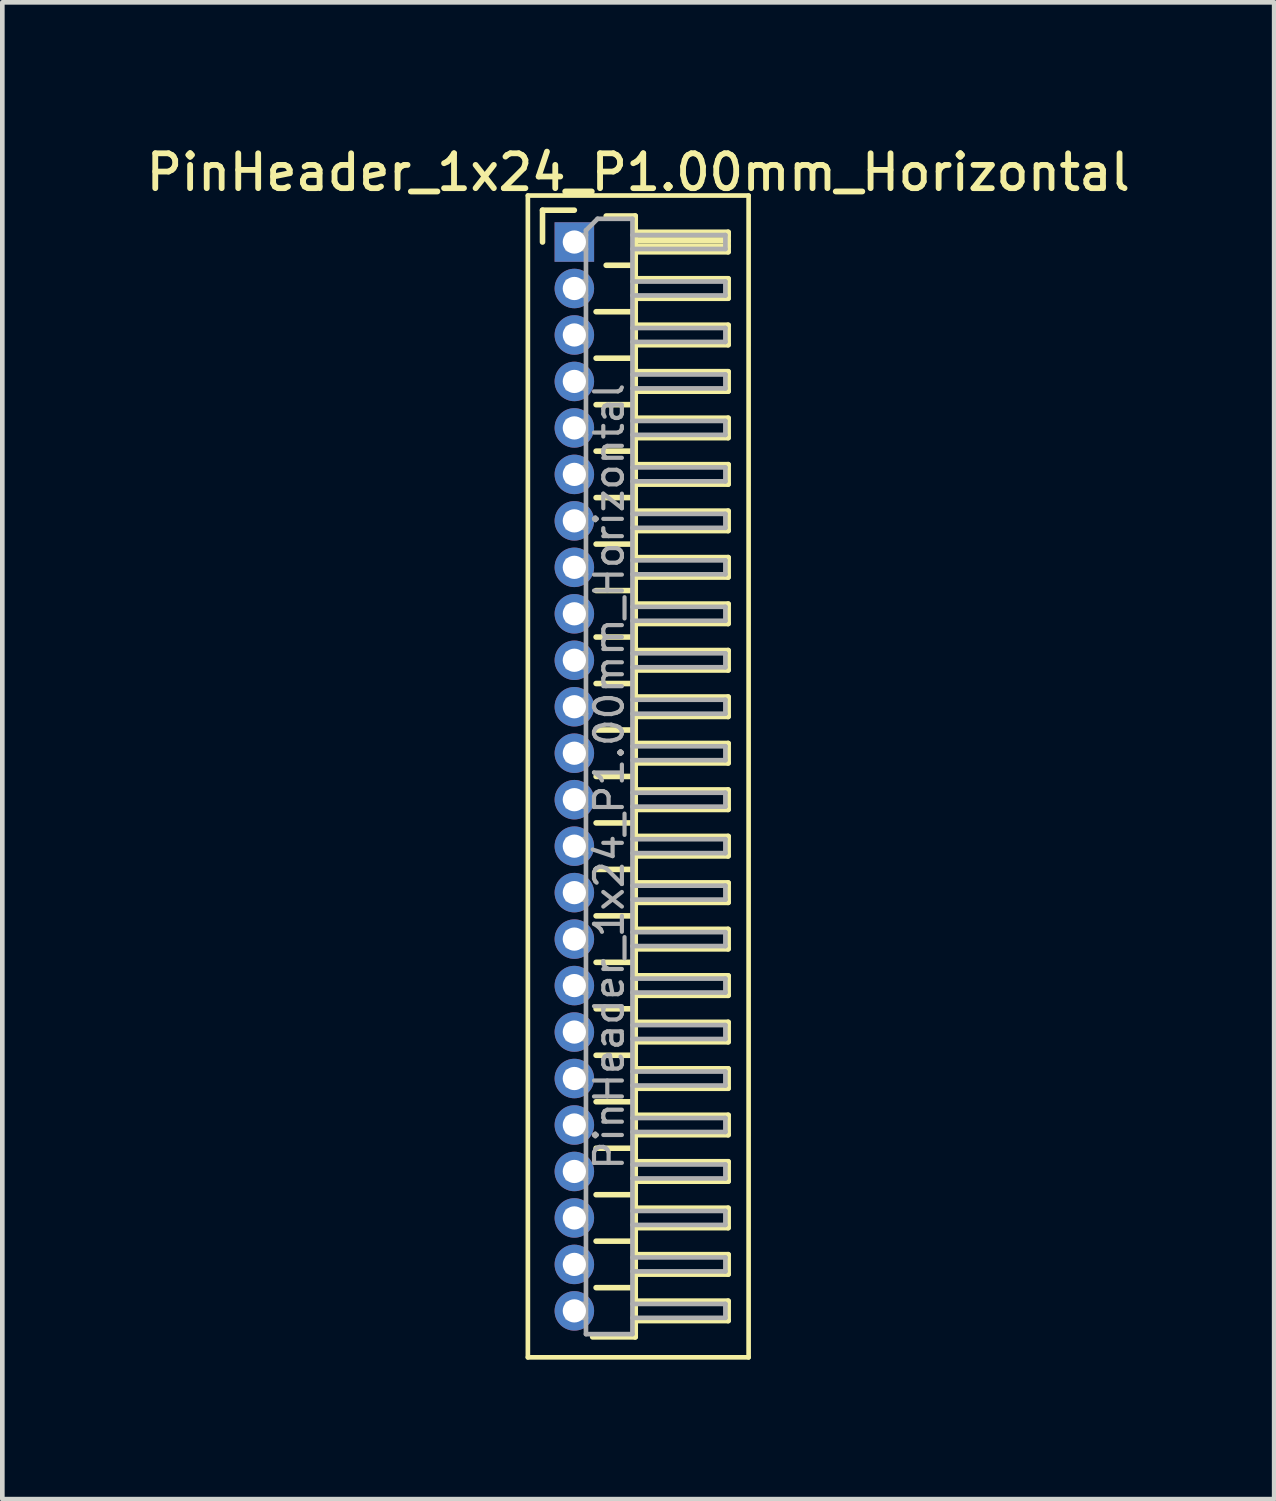
<source format=kicad_pcb>
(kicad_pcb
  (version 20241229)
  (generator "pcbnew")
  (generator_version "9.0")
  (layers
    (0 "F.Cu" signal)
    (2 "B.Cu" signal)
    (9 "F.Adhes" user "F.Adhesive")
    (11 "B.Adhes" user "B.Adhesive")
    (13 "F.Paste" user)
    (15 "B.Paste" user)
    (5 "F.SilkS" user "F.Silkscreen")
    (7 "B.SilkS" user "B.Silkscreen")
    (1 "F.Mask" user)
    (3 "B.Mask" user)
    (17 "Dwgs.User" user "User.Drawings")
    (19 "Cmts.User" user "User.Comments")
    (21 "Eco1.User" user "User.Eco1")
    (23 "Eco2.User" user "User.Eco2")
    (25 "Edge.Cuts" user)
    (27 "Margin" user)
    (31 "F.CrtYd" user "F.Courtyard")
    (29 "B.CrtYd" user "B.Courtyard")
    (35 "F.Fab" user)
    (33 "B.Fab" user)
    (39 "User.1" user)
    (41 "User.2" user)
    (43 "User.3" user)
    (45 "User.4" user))
  (footprint "PinHeader_1x24_P1.00mm_Horizontal"
    (layer "F.Cu")
    (at 9.309 2.158)
    (property "Reference" "PinHeader_1x24_P1.00mm_Horizontal" (at 1.375 -1.5 0) (layer "F.SilkS") (effects (font (size 0.75 0.75) (thickness 0.125))))
    (attr through_hole)
    (fp_line (start -1 -1) (end -1 24) (stroke (width 0.1) (type solid)) (layer "F.SilkS"))
    (fp_line (start -1 24) (end 3.75 24) (stroke (width 0.1) (type solid)) (layer "F.SilkS"))
    (fp_line (start -0.685 -0.685) (end 0 -0.685) (stroke (width 0.12) (type solid)) (layer "F.SilkS"))
    (fp_line (start -0.685 0) (end -0.685 -0.685) (stroke (width 0.12) (type solid)) (layer "F.SilkS"))
    (fp_line (start 0.468 1.5) (end 1.31 1.5) (stroke (width 0.12) (type solid)) (layer "F.SilkS"))
    (fp_line (start 0.468 2.5) (end 1.31 2.5) (stroke (width 0.12) (type solid)) (layer "F.SilkS"))
    (fp_line (start 0.468 3.5) (end 1.31 3.5) (stroke (width 0.12) (type solid)) (layer "F.SilkS"))
    (fp_line (start 0.468 4.5) (end 1.31 4.5) (stroke (width 0.12) (type solid)) (layer "F.SilkS"))
    (fp_line (start 0.468 5.5) (end 1.31 5.5) (stroke (width 0.12) (type solid)) (layer "F.SilkS"))
    (fp_line (start 0.468 6.5) (end 1.31 6.5) (stroke (width 0.12) (type solid)) (layer "F.SilkS"))
    (fp_line (start 0.468 7.5) (end 1.31 7.5) (stroke (width 0.12) (type solid)) (layer "F.SilkS"))
    (fp_line (start 0.468 8.5) (end 1.31 8.5) (stroke (width 0.12) (type solid)) (layer "F.SilkS"))
    (fp_line (start 0.468 9.5) (end 1.31 9.5) (stroke (width 0.12) (type solid)) (layer "F.SilkS"))
    (fp_line (start 0.468 10.5) (end 1.31 10.5) (stroke (width 0.12) (type solid)) (layer "F.SilkS"))
    (fp_line (start 0.468 11.5) (end 1.31 11.5) (stroke (width 0.12) (type solid)) (layer "F.SilkS"))
    (fp_line (start 0.468 12.5) (end 1.31 12.5) (stroke (width 0.12) (type solid)) (layer "F.SilkS"))
    (fp_line (start 0.468 13.5) (end 1.31 13.5) (stroke (width 0.12) (type solid)) (layer "F.SilkS"))
    (fp_line (start 0.468 14.5) (end 1.31 14.5) (stroke (width 0.12) (type solid)) (layer "F.SilkS"))
    (fp_line (start 0.468 15.5) (end 1.31 15.5) (stroke (width 0.12) (type solid)) (layer "F.SilkS"))
    (fp_line (start 0.468 16.5) (end 1.31 16.5) (stroke (width 0.12) (type solid)) (layer "F.SilkS"))
    (fp_line (start 0.468 17.5) (end 1.31 17.5) (stroke (width 0.12) (type solid)) (layer "F.SilkS"))
    (fp_line (start 0.468 18.5) (end 1.31 18.5) (stroke (width 0.12) (type solid)) (layer "F.SilkS"))
    (fp_line (start 0.468 19.5) (end 1.31 19.5) (stroke (width 0.12) (type solid)) (layer "F.SilkS"))
    (fp_line (start 0.468 20.5) (end 1.31 20.5) (stroke (width 0.12) (type solid)) (layer "F.SilkS"))
    (fp_line (start 0.468 21.5) (end 1.31 21.5) (stroke (width 0.12) (type solid)) (layer "F.SilkS"))
    (fp_line (start 0.468 22.5) (end 1.31 22.5) (stroke (width 0.12) (type solid)) (layer "F.SilkS"))
    (fp_line (start 0.685 -0.56) (end 1.31 -0.56) (stroke (width 0.12) (type solid)) (layer "F.SilkS"))
    (fp_line (start 0.685 0.5) (end 1.31 0.5) (stroke (width 0.12) (type solid)) (layer "F.SilkS"))
    (fp_line (start 1.31 -0.56) (end 1.31 23.56) (stroke (width 0.12) (type solid)) (layer "F.SilkS"))
    (fp_line (start 1.31 -0.21) (end 3.31 -0.21) (stroke (width 0.12) (type solid)) (layer "F.SilkS"))
    (fp_line (start 1.31 -0.15) (end 3.31 -0.15) (stroke (width 0.12) (type solid)) (layer "F.SilkS"))
    (fp_line (start 1.31 -0.03) (end 3.31 -0.03) (stroke (width 0.12) (type solid)) (layer "F.SilkS"))
    (fp_line (start 1.31 0.09) (end 3.31 0.09) (stroke (width 0.12) (type solid)) (layer "F.SilkS"))
    (fp_line (start 1.31 0.79) (end 3.31 0.79) (stroke (width 0.12) (type solid)) (layer "F.SilkS"))
    (fp_line (start 1.31 1.79) (end 3.31 1.79) (stroke (width 0.12) (type solid)) (layer "F.SilkS"))
    (fp_line (start 1.31 2.79) (end 3.31 2.79) (stroke (width 0.12) (type solid)) (layer "F.SilkS"))
    (fp_line (start 1.31 3.79) (end 3.31 3.79) (stroke (width 0.12) (type solid)) (layer "F.SilkS"))
    (fp_line (start 1.31 4.79) (end 3.31 4.79) (stroke (width 0.12) (type solid)) (layer "F.SilkS"))
    (fp_line (start 1.31 5.79) (end 3.31 5.79) (stroke (width 0.12) (type solid)) (layer "F.SilkS"))
    (fp_line (start 1.31 6.79) (end 3.31 6.79) (stroke (width 0.12) (type solid)) (layer "F.SilkS"))
    (fp_line (start 1.31 7.79) (end 3.31 7.79) (stroke (width 0.12) (type solid)) (layer "F.SilkS"))
    (fp_line (start 1.31 8.79) (end 3.31 8.79) (stroke (width 0.12) (type solid)) (layer "F.SilkS"))
    (fp_line (start 1.31 9.79) (end 3.31 9.79) (stroke (width 0.12) (type solid)) (layer "F.SilkS"))
    (fp_line (start 1.31 10.79) (end 3.31 10.79) (stroke (width 0.12) (type solid)) (layer "F.SilkS"))
    (fp_line (start 1.31 11.79) (end 3.31 11.79) (stroke (width 0.12) (type solid)) (layer "F.SilkS"))
    (fp_line (start 1.31 12.79) (end 3.31 12.79) (stroke (width 0.12) (type solid)) (layer "F.SilkS"))
    (fp_line (start 1.31 13.79) (end 3.31 13.79) (stroke (width 0.12) (type solid)) (layer "F.SilkS"))
    (fp_line (start 1.31 14.79) (end 3.31 14.79) (stroke (width 0.12) (type solid)) (layer "F.SilkS"))
    (fp_line (start 1.31 15.79) (end 3.31 15.79) (stroke (width 0.12) (type solid)) (layer "F.SilkS"))
    (fp_line (start 1.31 16.79) (end 3.31 16.79) (stroke (width 0.12) (type solid)) (layer "F.SilkS"))
    (fp_line (start 1.31 17.79) (end 3.31 17.79) (stroke (width 0.12) (type solid)) (layer "F.SilkS"))
    (fp_line (start 1.31 18.79) (end 3.31 18.79) (stroke (width 0.12) (type solid)) (layer "F.SilkS"))
    (fp_line (start 1.31 19.79) (end 3.31 19.79) (stroke (width 0.12) (type solid)) (layer "F.SilkS"))
    (fp_line (start 1.31 20.79) (end 3.31 20.79) (stroke (width 0.12) (type solid)) (layer "F.SilkS"))
    (fp_line (start 1.31 21.79) (end 3.31 21.79) (stroke (width 0.12) (type solid)) (layer "F.SilkS"))
    (fp_line (start 1.31 22.79) (end 3.31 22.79) (stroke (width 0.12) (type solid)) (layer "F.SilkS"))
    (fp_line (start 1.31 23.56) (end 0.394 23.56) (stroke (width 0.12) (type solid)) (layer "F.SilkS"))
    (fp_line (start 3.31 -0.21) (end 3.31 0.21) (stroke (width 0.12) (type solid)) (layer "F.SilkS"))
    (fp_line (start 3.31 0.21) (end 1.31 0.21) (stroke (width 0.12) (type solid)) (layer "F.SilkS"))
    (fp_line (start 3.31 0.79) (end 3.31 1.21) (stroke (width 0.12) (type solid)) (layer "F.SilkS"))
    (fp_line (start 3.31 1.21) (end 1.31 1.21) (stroke (width 0.12) (type solid)) (layer "F.SilkS"))
    (fp_line (start 3.31 1.79) (end 3.31 2.21) (stroke (width 0.12) (type solid)) (layer "F.SilkS"))
    (fp_line (start 3.31 2.21) (end 1.31 2.21) (stroke (width 0.12) (type solid)) (layer "F.SilkS"))
    (fp_line (start 3.31 2.79) (end 3.31 3.21) (stroke (width 0.12) (type solid)) (layer "F.SilkS"))
    (fp_line (start 3.31 3.21) (end 1.31 3.21) (stroke (width 0.12) (type solid)) (layer "F.SilkS"))
    (fp_line (start 3.31 3.79) (end 3.31 4.21) (stroke (width 0.12) (type solid)) (layer "F.SilkS"))
    (fp_line (start 3.31 4.21) (end 1.31 4.21) (stroke (width 0.12) (type solid)) (layer "F.SilkS"))
    (fp_line (start 3.31 4.79) (end 3.31 5.21) (stroke (width 0.12) (type solid)) (layer "F.SilkS"))
    (fp_line (start 3.31 5.21) (end 1.31 5.21) (stroke (width 0.12) (type solid)) (layer "F.SilkS"))
    (fp_line (start 3.31 5.79) (end 3.31 6.21) (stroke (width 0.12) (type solid)) (layer "F.SilkS"))
    (fp_line (start 3.31 6.21) (end 1.31 6.21) (stroke (width 0.12) (type solid)) (layer "F.SilkS"))
    (fp_line (start 3.31 6.79) (end 3.31 7.21) (stroke (width 0.12) (type solid)) (layer "F.SilkS"))
    (fp_line (start 3.31 7.21) (end 1.31 7.21) (stroke (width 0.12) (type solid)) (layer "F.SilkS"))
    (fp_line (start 3.31 7.79) (end 3.31 8.21) (stroke (width 0.12) (type solid)) (layer "F.SilkS"))
    (fp_line (start 3.31 8.21) (end 1.31 8.21) (stroke (width 0.12) (type solid)) (layer "F.SilkS"))
    (fp_line (start 3.31 8.79) (end 3.31 9.21) (stroke (width 0.12) (type solid)) (layer "F.SilkS"))
    (fp_line (start 3.31 9.21) (end 1.31 9.21) (stroke (width 0.12) (type solid)) (layer "F.SilkS"))
    (fp_line (start 3.31 9.79) (end 3.31 10.21) (stroke (width 0.12) (type solid)) (layer "F.SilkS"))
    (fp_line (start 3.31 10.21) (end 1.31 10.21) (stroke (width 0.12) (type solid)) (layer "F.SilkS"))
    (fp_line (start 3.31 10.79) (end 3.31 11.21) (stroke (width 0.12) (type solid)) (layer "F.SilkS"))
    (fp_line (start 3.31 11.21) (end 1.31 11.21) (stroke (width 0.12) (type solid)) (layer "F.SilkS"))
    (fp_line (start 3.31 11.79) (end 3.31 12.21) (stroke (width 0.12) (type solid)) (layer "F.SilkS"))
    (fp_line (start 3.31 12.21) (end 1.31 12.21) (stroke (width 0.12) (type solid)) (layer "F.SilkS"))
    (fp_line (start 3.31 12.79) (end 3.31 13.21) (stroke (width 0.12) (type solid)) (layer "F.SilkS"))
    (fp_line (start 3.31 13.21) (end 1.31 13.21) (stroke (width 0.12) (type solid)) (layer "F.SilkS"))
    (fp_line (start 3.31 13.79) (end 3.31 14.21) (stroke (width 0.12) (type solid)) (layer "F.SilkS"))
    (fp_line (start 3.31 14.21) (end 1.31 14.21) (stroke (width 0.12) (type solid)) (layer "F.SilkS"))
    (fp_line (start 3.31 14.79) (end 3.31 15.21) (stroke (width 0.12) (type solid)) (layer "F.SilkS"))
    (fp_line (start 3.31 15.21) (end 1.31 15.21) (stroke (width 0.12) (type solid)) (layer "F.SilkS"))
    (fp_line (start 3.31 15.79) (end 3.31 16.21) (stroke (width 0.12) (type solid)) (layer "F.SilkS"))
    (fp_line (start 3.31 16.21) (end 1.31 16.21) (stroke (width 0.12) (type solid)) (layer "F.SilkS"))
    (fp_line (start 3.31 16.79) (end 3.31 17.21) (stroke (width 0.12) (type solid)) (layer "F.SilkS"))
    (fp_line (start 3.31 17.21) (end 1.31 17.21) (stroke (width 0.12) (type solid)) (layer "F.SilkS"))
    (fp_line (start 3.31 17.79) (end 3.31 18.21) (stroke (width 0.12) (type solid)) (layer "F.SilkS"))
    (fp_line (start 3.31 18.21) (end 1.31 18.21) (stroke (width 0.12) (type solid)) (layer "F.SilkS"))
    (fp_line (start 3.31 18.79) (end 3.31 19.21) (stroke (width 0.12) (type solid)) (layer "F.SilkS"))
    (fp_line (start 3.31 19.21) (end 1.31 19.21) (stroke (width 0.12) (type solid)) (layer "F.SilkS"))
    (fp_line (start 3.31 19.79) (end 3.31 20.21) (stroke (width 0.12) (type solid)) (layer "F.SilkS"))
    (fp_line (start 3.31 20.21) (end 1.31 20.21) (stroke (width 0.12) (type solid)) (layer "F.SilkS"))
    (fp_line (start 3.31 20.79) (end 3.31 21.21) (stroke (width 0.12) (type solid)) (layer "F.SilkS"))
    (fp_line (start 3.31 21.21) (end 1.31 21.21) (stroke (width 0.12) (type solid)) (layer "F.SilkS"))
    (fp_line (start 3.31 21.79) (end 3.31 22.21) (stroke (width 0.12) (type solid)) (layer "F.SilkS"))
    (fp_line (start 3.31 22.21) (end 1.31 22.21) (stroke (width 0.12) (type solid)) (layer "F.SilkS"))
    (fp_line (start 3.31 22.79) (end 3.31 23.21) (stroke (width 0.12) (type solid)) (layer "F.SilkS"))
    (fp_line (start 3.31 23.21) (end 1.31 23.21) (stroke (width 0.12) (type solid)) (layer "F.SilkS"))
    (fp_line (start 3.75 -1) (end -1 -1) (stroke (width 0.1) (type solid)) (layer "F.SilkS"))
    (fp_line (start 3.75 24) (end 3.75 -1) (stroke (width 0.1) (type solid)) (layer "F.SilkS"))
    (fp_line (start -0.15 -0.15) (end -0.15 0.15) (stroke (width 0.1) (type solid)) (layer "F.Fab"))
    (fp_line (start -0.15 -0.15) (end 0.25 -0.15) (stroke (width 0.1) (type solid)) (layer "F.Fab"))
    (fp_line (start -0.15 0.15) (end 0.25 0.15) (stroke (width 0.1) (type solid)) (layer "F.Fab"))
    (fp_line (start -0.15 0.85) (end -0.15 1.15) (stroke (width 0.1) (type solid)) (layer "F.Fab"))
    (fp_line (start -0.15 0.85) (end 0.25 0.85) (stroke (width 0.1) (type solid)) (layer "F.Fab"))
    (fp_line (start -0.15 1.15) (end 0.25 1.15) (stroke (width 0.1) (type solid)) (layer "F.Fab"))
    (fp_line (start -0.15 1.85) (end -0.15 2.15) (stroke (width 0.1) (type solid)) (layer "F.Fab"))
    (fp_line (start -0.15 1.85) (end 0.25 1.85) (stroke (width 0.1) (type solid)) (layer "F.Fab"))
    (fp_line (start -0.15 2.15) (end 0.25 2.15) (stroke (width 0.1) (type solid)) (layer "F.Fab"))
    (fp_line (start -0.15 2.85) (end -0.15 3.15) (stroke (width 0.1) (type solid)) (layer "F.Fab"))
    (fp_line (start -0.15 2.85) (end 0.25 2.85) (stroke (width 0.1) (type solid)) (layer "F.Fab"))
    (fp_line (start -0.15 3.15) (end 0.25 3.15) (stroke (width 0.1) (type solid)) (layer "F.Fab"))
    (fp_line (start -0.15 3.85) (end -0.15 4.15) (stroke (width 0.1) (type solid)) (layer "F.Fab"))
    (fp_line (start -0.15 3.85) (end 0.25 3.85) (stroke (width 0.1) (type solid)) (layer "F.Fab"))
    (fp_line (start -0.15 4.15) (end 0.25 4.15) (stroke (width 0.1) (type solid)) (layer "F.Fab"))
    (fp_line (start -0.15 4.85) (end -0.15 5.15) (stroke (width 0.1) (type solid)) (layer "F.Fab"))
    (fp_line (start -0.15 4.85) (end 0.25 4.85) (stroke (width 0.1) (type solid)) (layer "F.Fab"))
    (fp_line (start -0.15 5.15) (end 0.25 5.15) (stroke (width 0.1) (type solid)) (layer "F.Fab"))
    (fp_line (start -0.15 5.85) (end -0.15 6.15) (stroke (width 0.1) (type solid)) (layer "F.Fab"))
    (fp_line (start -0.15 5.85) (end 0.25 5.85) (stroke (width 0.1) (type solid)) (layer "F.Fab"))
    (fp_line (start -0.15 6.15) (end 0.25 6.15) (stroke (width 0.1) (type solid)) (layer "F.Fab"))
    (fp_line (start -0.15 6.85) (end -0.15 7.15) (stroke (width 0.1) (type solid)) (layer "F.Fab"))
    (fp_line (start -0.15 6.85) (end 0.25 6.85) (stroke (width 0.1) (type solid)) (layer "F.Fab"))
    (fp_line (start -0.15 7.15) (end 0.25 7.15) (stroke (width 0.1) (type solid)) (layer "F.Fab"))
    (fp_line (start -0.15 7.85) (end -0.15 8.15) (stroke (width 0.1) (type solid)) (layer "F.Fab"))
    (fp_line (start -0.15 7.85) (end 0.25 7.85) (stroke (width 0.1) (type solid)) (layer "F.Fab"))
    (fp_line (start -0.15 8.15) (end 0.25 8.15) (stroke (width 0.1) (type solid)) (layer "F.Fab"))
    (fp_line (start -0.15 8.85) (end -0.15 9.15) (stroke (width 0.1) (type solid)) (layer "F.Fab"))
    (fp_line (start -0.15 8.85) (end 0.25 8.85) (stroke (width 0.1) (type solid)) (layer "F.Fab"))
    (fp_line (start -0.15 9.15) (end 0.25 9.15) (stroke (width 0.1) (type solid)) (layer "F.Fab"))
    (fp_line (start -0.15 9.85) (end -0.15 10.15) (stroke (width 0.1) (type solid)) (layer "F.Fab"))
    (fp_line (start -0.15 9.85) (end 0.25 9.85) (stroke (width 0.1) (type solid)) (layer "F.Fab"))
    (fp_line (start -0.15 10.15) (end 0.25 10.15) (stroke (width 0.1) (type solid)) (layer "F.Fab"))
    (fp_line (start -0.15 10.85) (end -0.15 11.15) (stroke (width 0.1) (type solid)) (layer "F.Fab"))
    (fp_line (start -0.15 10.85) (end 0.25 10.85) (stroke (width 0.1) (type solid)) (layer "F.Fab"))
    (fp_line (start -0.15 11.15) (end 0.25 11.15) (stroke (width 0.1) (type solid)) (layer "F.Fab"))
    (fp_line (start -0.15 11.85) (end -0.15 12.15) (stroke (width 0.1) (type solid)) (layer "F.Fab"))
    (fp_line (start -0.15 11.85) (end 0.25 11.85) (stroke (width 0.1) (type solid)) (layer "F.Fab"))
    (fp_line (start -0.15 12.15) (end 0.25 12.15) (stroke (width 0.1) (type solid)) (layer "F.Fab"))
    (fp_line (start -0.15 12.85) (end -0.15 13.15) (stroke (width 0.1) (type solid)) (layer "F.Fab"))
    (fp_line (start -0.15 12.85) (end 0.25 12.85) (stroke (width 0.1) (type solid)) (layer "F.Fab"))
    (fp_line (start -0.15 13.15) (end 0.25 13.15) (stroke (width 0.1) (type solid)) (layer "F.Fab"))
    (fp_line (start -0.15 13.85) (end -0.15 14.15) (stroke (width 0.1) (type solid)) (layer "F.Fab"))
    (fp_line (start -0.15 13.85) (end 0.25 13.85) (stroke (width 0.1) (type solid)) (layer "F.Fab"))
    (fp_line (start -0.15 14.15) (end 0.25 14.15) (stroke (width 0.1) (type solid)) (layer "F.Fab"))
    (fp_line (start -0.15 14.85) (end -0.15 15.15) (stroke (width 0.1) (type solid)) (layer "F.Fab"))
    (fp_line (start -0.15 14.85) (end 0.25 14.85) (stroke (width 0.1) (type solid)) (layer "F.Fab"))
    (fp_line (start -0.15 15.15) (end 0.25 15.15) (stroke (width 0.1) (type solid)) (layer "F.Fab"))
    (fp_line (start -0.15 15.85) (end -0.15 16.15) (stroke (width 0.1) (type solid)) (layer "F.Fab"))
    (fp_line (start -0.15 15.85) (end 0.25 15.85) (stroke (width 0.1) (type solid)) (layer "F.Fab"))
    (fp_line (start -0.15 16.15) (end 0.25 16.15) (stroke (width 0.1) (type solid)) (layer "F.Fab"))
    (fp_line (start -0.15 16.85) (end -0.15 17.15) (stroke (width 0.1) (type solid)) (layer "F.Fab"))
    (fp_line (start -0.15 16.85) (end 0.25 16.85) (stroke (width 0.1) (type solid)) (layer "F.Fab"))
    (fp_line (start -0.15 17.15) (end 0.25 17.15) (stroke (width 0.1) (type solid)) (layer "F.Fab"))
    (fp_line (start -0.15 17.85) (end -0.15 18.15) (stroke (width 0.1) (type solid)) (layer "F.Fab"))
    (fp_line (start -0.15 17.85) (end 0.25 17.85) (stroke (width 0.1) (type solid)) (layer "F.Fab"))
    (fp_line (start -0.15 18.15) (end 0.25 18.15) (stroke (width 0.1) (type solid)) (layer "F.Fab"))
    (fp_line (start -0.15 18.85) (end -0.15 19.15) (stroke (width 0.1) (type solid)) (layer "F.Fab"))
    (fp_line (start -0.15 18.85) (end 0.25 18.85) (stroke (width 0.1) (type solid)) (layer "F.Fab"))
    (fp_line (start -0.15 19.15) (end 0.25 19.15) (stroke (width 0.1) (type solid)) (layer "F.Fab"))
    (fp_line (start -0.15 19.85) (end -0.15 20.15) (stroke (width 0.1) (type solid)) (layer "F.Fab"))
    (fp_line (start -0.15 19.85) (end 0.25 19.85) (stroke (width 0.1) (type solid)) (layer "F.Fab"))
    (fp_line (start -0.15 20.15) (end 0.25 20.15) (stroke (width 0.1) (type solid)) (layer "F.Fab"))
    (fp_line (start -0.15 20.85) (end -0.15 21.15) (stroke (width 0.1) (type solid)) (layer "F.Fab"))
    (fp_line (start -0.15 20.85) (end 0.25 20.85) (stroke (width 0.1) (type solid)) (layer "F.Fab"))
    (fp_line (start -0.15 21.15) (end 0.25 21.15) (stroke (width 0.1) (type solid)) (layer "F.Fab"))
    (fp_line (start -0.15 21.85) (end -0.15 22.15) (stroke (width 0.1) (type solid)) (layer "F.Fab"))
    (fp_line (start -0.15 21.85) (end 0.25 21.85) (stroke (width 0.1) (type solid)) (layer "F.Fab"))
    (fp_line (start -0.15 22.15) (end 0.25 22.15) (stroke (width 0.1) (type solid)) (layer "F.Fab"))
    (fp_line (start -0.15 22.85) (end -0.15 23.15) (stroke (width 0.1) (type solid)) (layer "F.Fab"))
    (fp_line (start -0.15 22.85) (end 0.25 22.85) (stroke (width 0.1) (type solid)) (layer "F.Fab"))
    (fp_line (start -0.15 23.15) (end 0.25 23.15) (stroke (width 0.1) (type solid)) (layer "F.Fab"))
    (fp_line (start 0.25 -0.25) (end 0.5 -0.5) (stroke (width 0.1) (type solid)) (layer "F.Fab"))
    (fp_line (start 0.25 23.5) (end 0.25 -0.25) (stroke (width 0.1) (type solid)) (layer "F.Fab"))
    (fp_line (start 0.5 -0.5) (end 1.25 -0.5) (stroke (width 0.1) (type solid)) (layer "F.Fab"))
    (fp_line (start 1.25 -0.5) (end 1.25 23.5) (stroke (width 0.1) (type solid)) (layer "F.Fab"))
    (fp_line (start 1.25 -0.15) (end 3.25 -0.15) (stroke (width 0.1) (type solid)) (layer "F.Fab"))
    (fp_line (start 1.25 0.15) (end 3.25 0.15) (stroke (width 0.1) (type solid)) (layer "F.Fab"))
    (fp_line (start 1.25 0.85) (end 3.25 0.85) (stroke (width 0.1) (type solid)) (layer "F.Fab"))
    (fp_line (start 1.25 1.15) (end 3.25 1.15) (stroke (width 0.1) (type solid)) (layer "F.Fab"))
    (fp_line (start 1.25 1.85) (end 3.25 1.85) (stroke (width 0.1) (type solid)) (layer "F.Fab"))
    (fp_line (start 1.25 2.15) (end 3.25 2.15) (stroke (width 0.1) (type solid)) (layer "F.Fab"))
    (fp_line (start 1.25 2.85) (end 3.25 2.85) (stroke (width 0.1) (type solid)) (layer "F.Fab"))
    (fp_line (start 1.25 3.15) (end 3.25 3.15) (stroke (width 0.1) (type solid)) (layer "F.Fab"))
    (fp_line (start 1.25 3.85) (end 3.25 3.85) (stroke (width 0.1) (type solid)) (layer "F.Fab"))
    (fp_line (start 1.25 4.15) (end 3.25 4.15) (stroke (width 0.1) (type solid)) (layer "F.Fab"))
    (fp_line (start 1.25 4.85) (end 3.25 4.85) (stroke (width 0.1) (type solid)) (layer "F.Fab"))
    (fp_line (start 1.25 5.15) (end 3.25 5.15) (stroke (width 0.1) (type solid)) (layer "F.Fab"))
    (fp_line (start 1.25 5.85) (end 3.25 5.85) (stroke (width 0.1) (type solid)) (layer "F.Fab"))
    (fp_line (start 1.25 6.15) (end 3.25 6.15) (stroke (width 0.1) (type solid)) (layer "F.Fab"))
    (fp_line (start 1.25 6.85) (end 3.25 6.85) (stroke (width 0.1) (type solid)) (layer "F.Fab"))
    (fp_line (start 1.25 7.15) (end 3.25 7.15) (stroke (width 0.1) (type solid)) (layer "F.Fab"))
    (fp_line (start 1.25 7.85) (end 3.25 7.85) (stroke (width 0.1) (type solid)) (layer "F.Fab"))
    (fp_line (start 1.25 8.15) (end 3.25 8.15) (stroke (width 0.1) (type solid)) (layer "F.Fab"))
    (fp_line (start 1.25 8.85) (end 3.25 8.85) (stroke (width 0.1) (type solid)) (layer "F.Fab"))
    (fp_line (start 1.25 9.15) (end 3.25 9.15) (stroke (width 0.1) (type solid)) (layer "F.Fab"))
    (fp_line (start 1.25 9.85) (end 3.25 9.85) (stroke (width 0.1) (type solid)) (layer "F.Fab"))
    (fp_line (start 1.25 10.15) (end 3.25 10.15) (stroke (width 0.1) (type solid)) (layer "F.Fab"))
    (fp_line (start 1.25 10.85) (end 3.25 10.85) (stroke (width 0.1) (type solid)) (layer "F.Fab"))
    (fp_line (start 1.25 11.15) (end 3.25 11.15) (stroke (width 0.1) (type solid)) (layer "F.Fab"))
    (fp_line (start 1.25 11.85) (end 3.25 11.85) (stroke (width 0.1) (type solid)) (layer "F.Fab"))
    (fp_line (start 1.25 12.15) (end 3.25 12.15) (stroke (width 0.1) (type solid)) (layer "F.Fab"))
    (fp_line (start 1.25 12.85) (end 3.25 12.85) (stroke (width 0.1) (type solid)) (layer "F.Fab"))
    (fp_line (start 1.25 13.15) (end 3.25 13.15) (stroke (width 0.1) (type solid)) (layer "F.Fab"))
    (fp_line (start 1.25 13.85) (end 3.25 13.85) (stroke (width 0.1) (type solid)) (layer "F.Fab"))
    (fp_line (start 1.25 14.15) (end 3.25 14.15) (stroke (width 0.1) (type solid)) (layer "F.Fab"))
    (fp_line (start 1.25 14.85) (end 3.25 14.85) (stroke (width 0.1) (type solid)) (layer "F.Fab"))
    (fp_line (start 1.25 15.15) (end 3.25 15.15) (stroke (width 0.1) (type solid)) (layer "F.Fab"))
    (fp_line (start 1.25 15.85) (end 3.25 15.85) (stroke (width 0.1) (type solid)) (layer "F.Fab"))
    (fp_line (start 1.25 16.15) (end 3.25 16.15) (stroke (width 0.1) (type solid)) (layer "F.Fab"))
    (fp_line (start 1.25 16.85) (end 3.25 16.85) (stroke (width 0.1) (type solid)) (layer "F.Fab"))
    (fp_line (start 1.25 17.15) (end 3.25 17.15) (stroke (width 0.1) (type solid)) (layer "F.Fab"))
    (fp_line (start 1.25 17.85) (end 3.25 17.85) (stroke (width 0.1) (type solid)) (layer "F.Fab"))
    (fp_line (start 1.25 18.15) (end 3.25 18.15) (stroke (width 0.1) (type solid)) (layer "F.Fab"))
    (fp_line (start 1.25 18.85) (end 3.25 18.85) (stroke (width 0.1) (type solid)) (layer "F.Fab"))
    (fp_line (start 1.25 19.15) (end 3.25 19.15) (stroke (width 0.1) (type solid)) (layer "F.Fab"))
    (fp_line (start 1.25 19.85) (end 3.25 19.85) (stroke (width 0.1) (type solid)) (layer "F.Fab"))
    (fp_line (start 1.25 20.15) (end 3.25 20.15) (stroke (width 0.1) (type solid)) (layer "F.Fab"))
    (fp_line (start 1.25 20.85) (end 3.25 20.85) (stroke (width 0.1) (type solid)) (layer "F.Fab"))
    (fp_line (start 1.25 21.15) (end 3.25 21.15) (stroke (width 0.1) (type solid)) (layer "F.Fab"))
    (fp_line (start 1.25 21.85) (end 3.25 21.85) (stroke (width 0.1) (type solid)) (layer "F.Fab"))
    (fp_line (start 1.25 22.15) (end 3.25 22.15) (stroke (width 0.1) (type solid)) (layer "F.Fab"))
    (fp_line (start 1.25 22.85) (end 3.25 22.85) (stroke (width 0.1) (type solid)) (layer "F.Fab"))
    (fp_line (start 1.25 23.15) (end 3.25 23.15) (stroke (width 0.1) (type solid)) (layer "F.Fab"))
    (fp_line (start 1.25 23.5) (end 0.25 23.5) (stroke (width 0.1) (type solid)) (layer "F.Fab"))
    (fp_line (start 3.25 -0.15) (end 3.25 0.15) (stroke (width 0.1) (type solid)) (layer "F.Fab"))
    (fp_line (start 3.25 0.85) (end 3.25 1.15) (stroke (width 0.1) (type solid)) (layer "F.Fab"))
    (fp_line (start 3.25 1.85) (end 3.25 2.15) (stroke (width 0.1) (type solid)) (layer "F.Fab"))
    (fp_line (start 3.25 2.85) (end 3.25 3.15) (stroke (width 0.1) (type solid)) (layer "F.Fab"))
    (fp_line (start 3.25 3.85) (end 3.25 4.15) (stroke (width 0.1) (type solid)) (layer "F.Fab"))
    (fp_line (start 3.25 4.85) (end 3.25 5.15) (stroke (width 0.1) (type solid)) (layer "F.Fab"))
    (fp_line (start 3.25 5.85) (end 3.25 6.15) (stroke (width 0.1) (type solid)) (layer "F.Fab"))
    (fp_line (start 3.25 6.85) (end 3.25 7.15) (stroke (width 0.1) (type solid)) (layer "F.Fab"))
    (fp_line (start 3.25 7.85) (end 3.25 8.15) (stroke (width 0.1) (type solid)) (layer "F.Fab"))
    (fp_line (start 3.25 8.85) (end 3.25 9.15) (stroke (width 0.1) (type solid)) (layer "F.Fab"))
    (fp_line (start 3.25 9.85) (end 3.25 10.15) (stroke (width 0.1) (type solid)) (layer "F.Fab"))
    (fp_line (start 3.25 10.85) (end 3.25 11.15) (stroke (width 0.1) (type solid)) (layer "F.Fab"))
    (fp_line (start 3.25 11.85) (end 3.25 12.15) (stroke (width 0.1) (type solid)) (layer "F.Fab"))
    (fp_line (start 3.25 12.85) (end 3.25 13.15) (stroke (width 0.1) (type solid)) (layer "F.Fab"))
    (fp_line (start 3.25 13.85) (end 3.25 14.15) (stroke (width 0.1) (type solid)) (layer "F.Fab"))
    (fp_line (start 3.25 14.85) (end 3.25 15.15) (stroke (width 0.1) (type solid)) (layer "F.Fab"))
    (fp_line (start 3.25 15.85) (end 3.25 16.15) (stroke (width 0.1) (type solid)) (layer "F.Fab"))
    (fp_line (start 3.25 16.85) (end 3.25 17.15) (stroke (width 0.1) (type solid)) (layer "F.Fab"))
    (fp_line (start 3.25 17.85) (end 3.25 18.15) (stroke (width 0.1) (type solid)) (layer "F.Fab"))
    (fp_line (start 3.25 18.85) (end 3.25 19.15) (stroke (width 0.1) (type solid)) (layer "F.Fab"))
    (fp_line (start 3.25 19.85) (end 3.25 20.15) (stroke (width 0.1) (type solid)) (layer "F.Fab"))
    (fp_line (start 3.25 20.85) (end 3.25 21.15) (stroke (width 0.1) (type solid)) (layer "F.Fab"))
    (fp_line (start 3.25 21.85) (end 3.25 22.15) (stroke (width 0.1) (type solid)) (layer "F.Fab"))
    (fp_line (start 3.25 22.85) (end 3.25 23.15) (stroke (width 0.1) (type solid)) (layer "F.Fab"))
    (fp_text user "${REFERENCE}" (at 0.75 11.5 90) (layer "F.Fab") (effects (font (size 0.6 0.6) (thickness 0.09))))
    (pad "1" thru_hole rect (at 0 0) (size 0.85 0.85) (drill 0.5) (layers "*.Cu" "*.Mask"))
    (pad "2" thru_hole oval (at 0 1) (size 0.85 0.85) (drill 0.5) (layers "*.Cu" "*.Mask"))
    (pad "3" thru_hole oval (at 0 2) (size 0.85 0.85) (drill 0.5) (layers "*.Cu" "*.Mask"))
    (pad "4" thru_hole oval (at 0 3) (size 0.85 0.85) (drill 0.5) (layers "*.Cu" "*.Mask"))
    (pad "5" thru_hole oval (at 0 4) (size 0.85 0.85) (drill 0.5) (layers "*.Cu" "*.Mask"))
    (pad "6" thru_hole oval (at 0 5) (size 0.85 0.85) (drill 0.5) (layers "*.Cu" "*.Mask"))
    (pad "7" thru_hole oval (at 0 6) (size 0.85 0.85) (drill 0.5) (layers "*.Cu" "*.Mask"))
    (pad "8" thru_hole oval (at 0 7) (size 0.85 0.85) (drill 0.5) (layers "*.Cu" "*.Mask"))
    (pad "9" thru_hole oval (at 0 8) (size 0.85 0.85) (drill 0.5) (layers "*.Cu" "*.Mask"))
    (pad "10" thru_hole oval (at 0 9) (size 0.85 0.85) (drill 0.5) (layers "*.Cu" "*.Mask"))
    (pad "11" thru_hole oval (at 0 10) (size 0.85 0.85) (drill 0.5) (layers "*.Cu" "*.Mask"))
    (pad "12" thru_hole oval (at 0 11) (size 0.85 0.85) (drill 0.5) (layers "*.Cu" "*.Mask"))
    (pad "13" thru_hole oval (at 0 12) (size 0.85 0.85) (drill 0.5) (layers "*.Cu" "*.Mask"))
    (pad "14" thru_hole oval (at 0 13) (size 0.85 0.85) (drill 0.5) (layers "*.Cu" "*.Mask"))
    (pad "15" thru_hole oval (at 0 14) (size 0.85 0.85) (drill 0.5) (layers "*.Cu" "*.Mask"))
    (pad "16" thru_hole oval (at 0 15) (size 0.85 0.85) (drill 0.5) (layers "*.Cu" "*.Mask"))
    (pad "17" thru_hole oval (at 0 16) (size 0.85 0.85) (drill 0.5) (layers "*.Cu" "*.Mask"))
    (pad "18" thru_hole oval (at 0 17) (size 0.85 0.85) (drill 0.5) (layers "*.Cu" "*.Mask"))
    (pad "19" thru_hole oval (at 0 18) (size 0.85 0.85) (drill 0.5) (layers "*.Cu" "*.Mask"))
    (pad "20" thru_hole oval (at 0 19) (size 0.85 0.85) (drill 0.5) (layers "*.Cu" "*.Mask"))
    (pad "21" thru_hole oval (at 0 20) (size 0.85 0.85) (drill 0.5) (layers "*.Cu" "*.Mask"))
    (pad "22" thru_hole oval (at 0 21) (size 0.85 0.85) (drill 0.5) (layers "*.Cu" "*.Mask"))
    (pad "23" thru_hole oval (at 0 22) (size 0.85 0.85) (drill 0.5) (layers "*.Cu" "*.Mask"))
    (pad "24" thru_hole oval (at 0 23) (size 0.85 0.85) (drill 0.5) (layers "*.Cu" "*.Mask")))
  (gr_rect
    (start -3 -3)
    (end 24.368 29.208)
    (stroke (width 0.1) (type default))
    (fill no)
    (layer "Edge.Cuts")))
</source>
